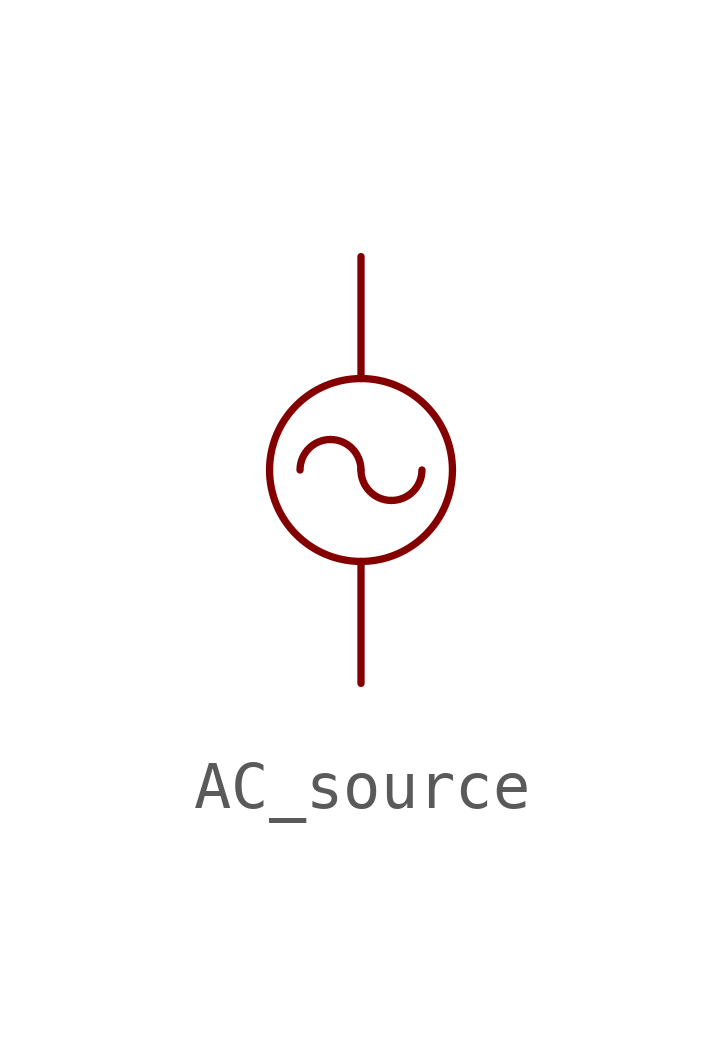
<source format=kicad_sym>
(kicad_symbol_lib
  (version 20220914)
  (generator kicad_symbol_editor)
  (symbol "AC_source"
    (pin_numbers hide)
    (pin_names
      (offset 0) hide)
    (property "Reference" "A"
      (at -1.905 0.635 0)
      (effects (font (size 1.27 1.27)) (justify left) hide))
    (symbol "AC_source_0_0"
      (arc (start -0.635 -1.905) (mid -1.084 -2.091) (end -1.27 -2.54) (stroke (width 0.1524) (type default)) (fill (type none)))
      (arc (start 0 -2.54) (mid -0.186 -2.091) (end -0.635 -1.905) (stroke (width 0.1524) (type default)) (fill (type none)))
      (arc (start 0 -2.54) (mid 0.186 -2.989) (end 0.635 -3.175) (stroke (width 0.1524) (type default)) (fill (type none)))
      (circle (center 0 -2.54) (radius 1.905) (stroke (width 0.152) (type default)) (fill (type none)))
      (arc (start 0.635 -3.175) (mid 1.084 -2.989) (end 1.27 -2.54) (stroke (width 0.1524) (type default)) (fill (type none))))
    (symbol "AC_source_1_1"
      (pin unspecified line (at 0 -6.985 90) (length 2.54) (name "" (effects (font (size 1.27 1.27)))) (number "" (effects (font (size 1.27 1.27)))))
      (pin unspecified line (at 0 1.905 270) (length 2.54) (name "" (effects (font (size 1.27 1.27)))) (number "" (effects (font (size 1.27 1.27))))))))
</source>
